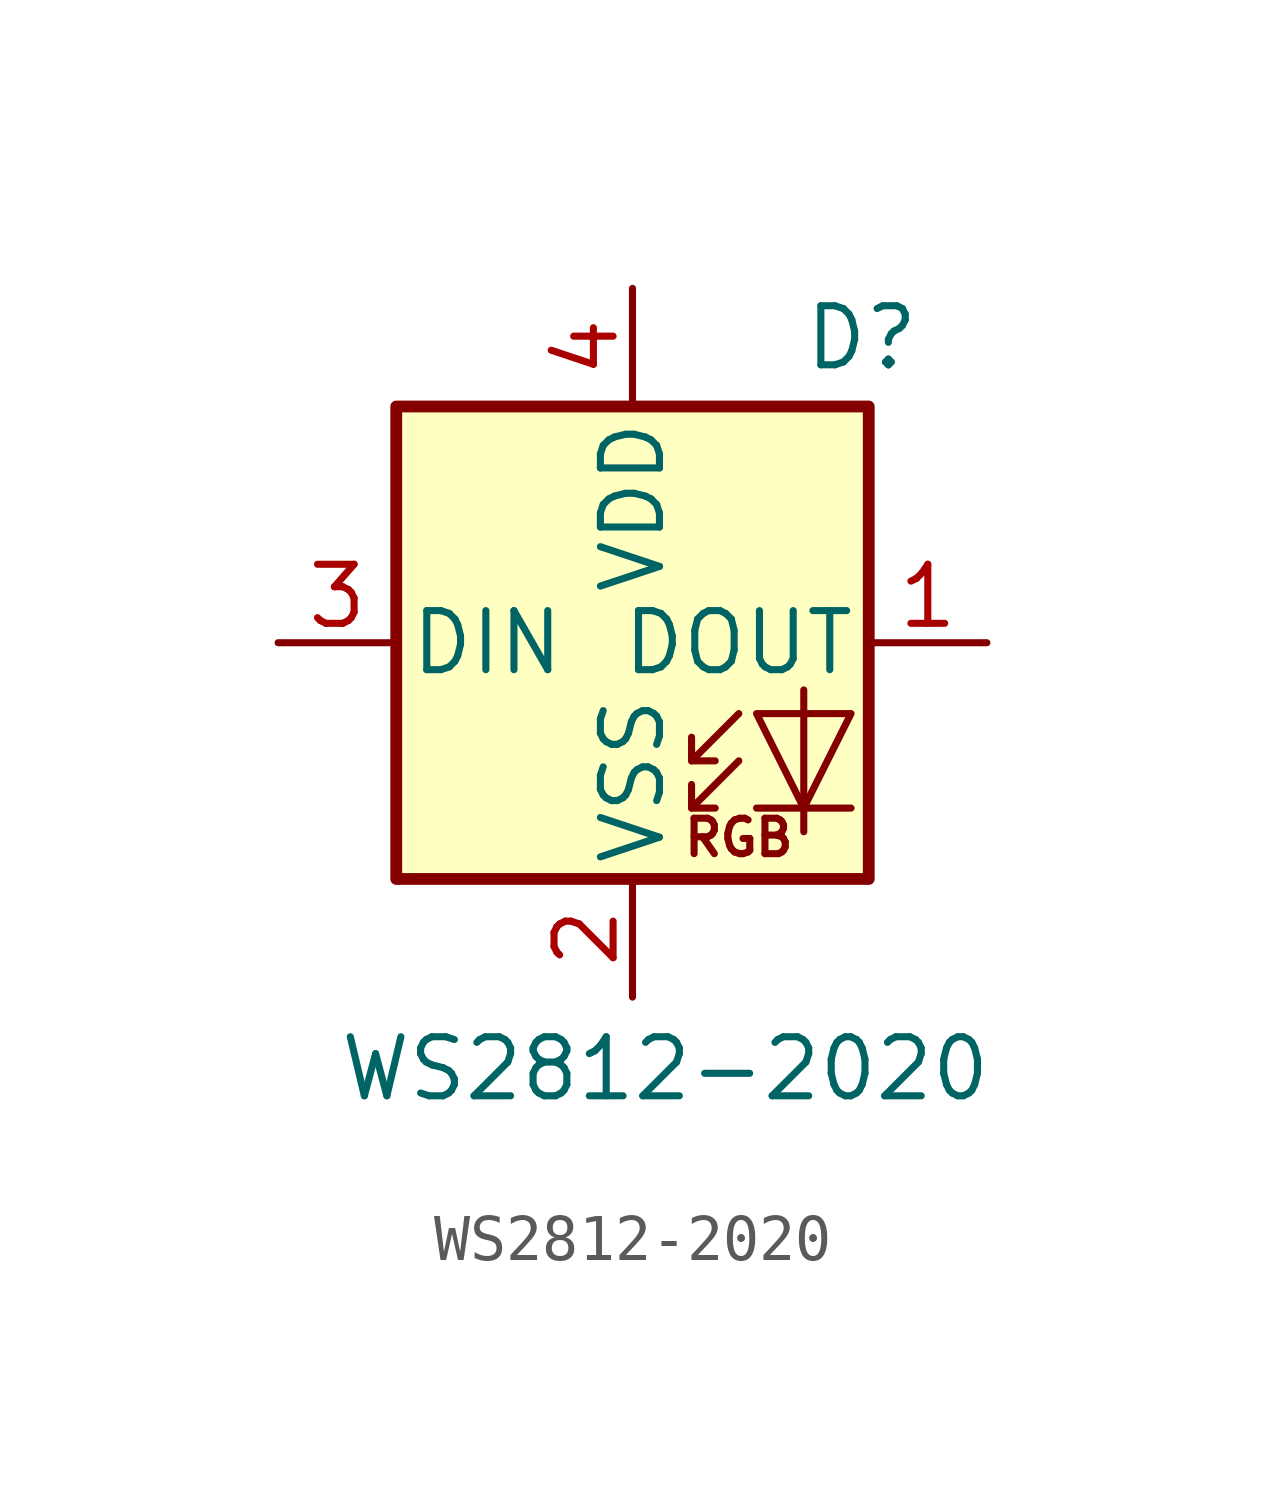
<source format=kicad_sym>
(kicad_symbol_lib
  (version 20241209)
  (generator "kicad_symbol_editor")
  (generator_version "9.0")
  (symbol "WS2812-2020"
    (pin_names
      (offset 0.254))
    (property "Reference" "D"
      (at 3.648 5.813 0)
      (effects (font (size 1.27 1.27)) (justify left bottom)))
    (property "Value" "WS2812-2020"
      (at -6.35 -9.906 0)
      (effects (font (size 1.27 1.27)) (justify left bottom)))
    (symbol "WS2812-2020_0_0"
      (text "RGB" (at 2.286 -4.191 0) (effects (font (size 0.762 0.762)))))
    (symbol "WS2812-2020_0_1"
      (rectangle (start -5.08 5.08) (end 5.08 -5.08) (stroke (width 0.254) (type default)) (fill (type background)))
      (polyline (pts (xy 1.27 -2.54) (xy 1.778 -2.54)) (stroke (width 0) (type default)) (fill (type none)))
      (polyline (pts (xy 1.27 -3.556) (xy 1.778 -3.556)) (stroke (width 0) (type default)) (fill (type none)))
      (polyline (pts (xy 2.286 -1.524) (xy 1.27 -2.54) (xy 1.27 -2.032)) (stroke (width 0) (type default)) (fill (type none)))
      (polyline (pts (xy 2.286 -2.54) (xy 1.27 -3.556) (xy 1.27 -3.048)) (stroke (width 0) (type default)) (fill (type none)))
      (polyline (pts (xy 3.683 -1.016) (xy 3.683 -3.556) (xy 3.683 -4.064)) (stroke (width 0) (type default)) (fill (type none)))
      (polyline (pts (xy 4.699 -1.524) (xy 2.667 -1.524) (xy 3.683 -3.556) (xy 4.699 -1.524)) (stroke (width 0) (type default)) (fill (type none)))
      (polyline (pts (xy 4.699 -3.556) (xy 2.667 -3.556)) (stroke (width 0) (type default)) (fill (type none))))
    (symbol "WS2812-2020_1_1"
      (pin input line (at -7.62 0 0) (length 2.54) (name "DIN" (effects (font (size 1.27 1.27)))) (number "3" (effects (font (size 1.27 1.27)))))
      (pin power_in line (at 0 7.62 270) (length 2.54) (name "VDD" (effects (font (size 1.27 1.27)))) (number "4" (effects (font (size 1.27 1.27)))))
      (pin power_in line (at 0 -7.62 90) (length 2.54) (name "VSS" (effects (font (size 1.27 1.27)))) (number "2" (effects (font (size 1.27 1.27)))))
      (pin output line (at 7.62 0 180) (length 2.54) (name "DOUT" (effects (font (size 1.27 1.27)))) (number "1" (effects (font (size 1.27 1.27))))))))
</source>
